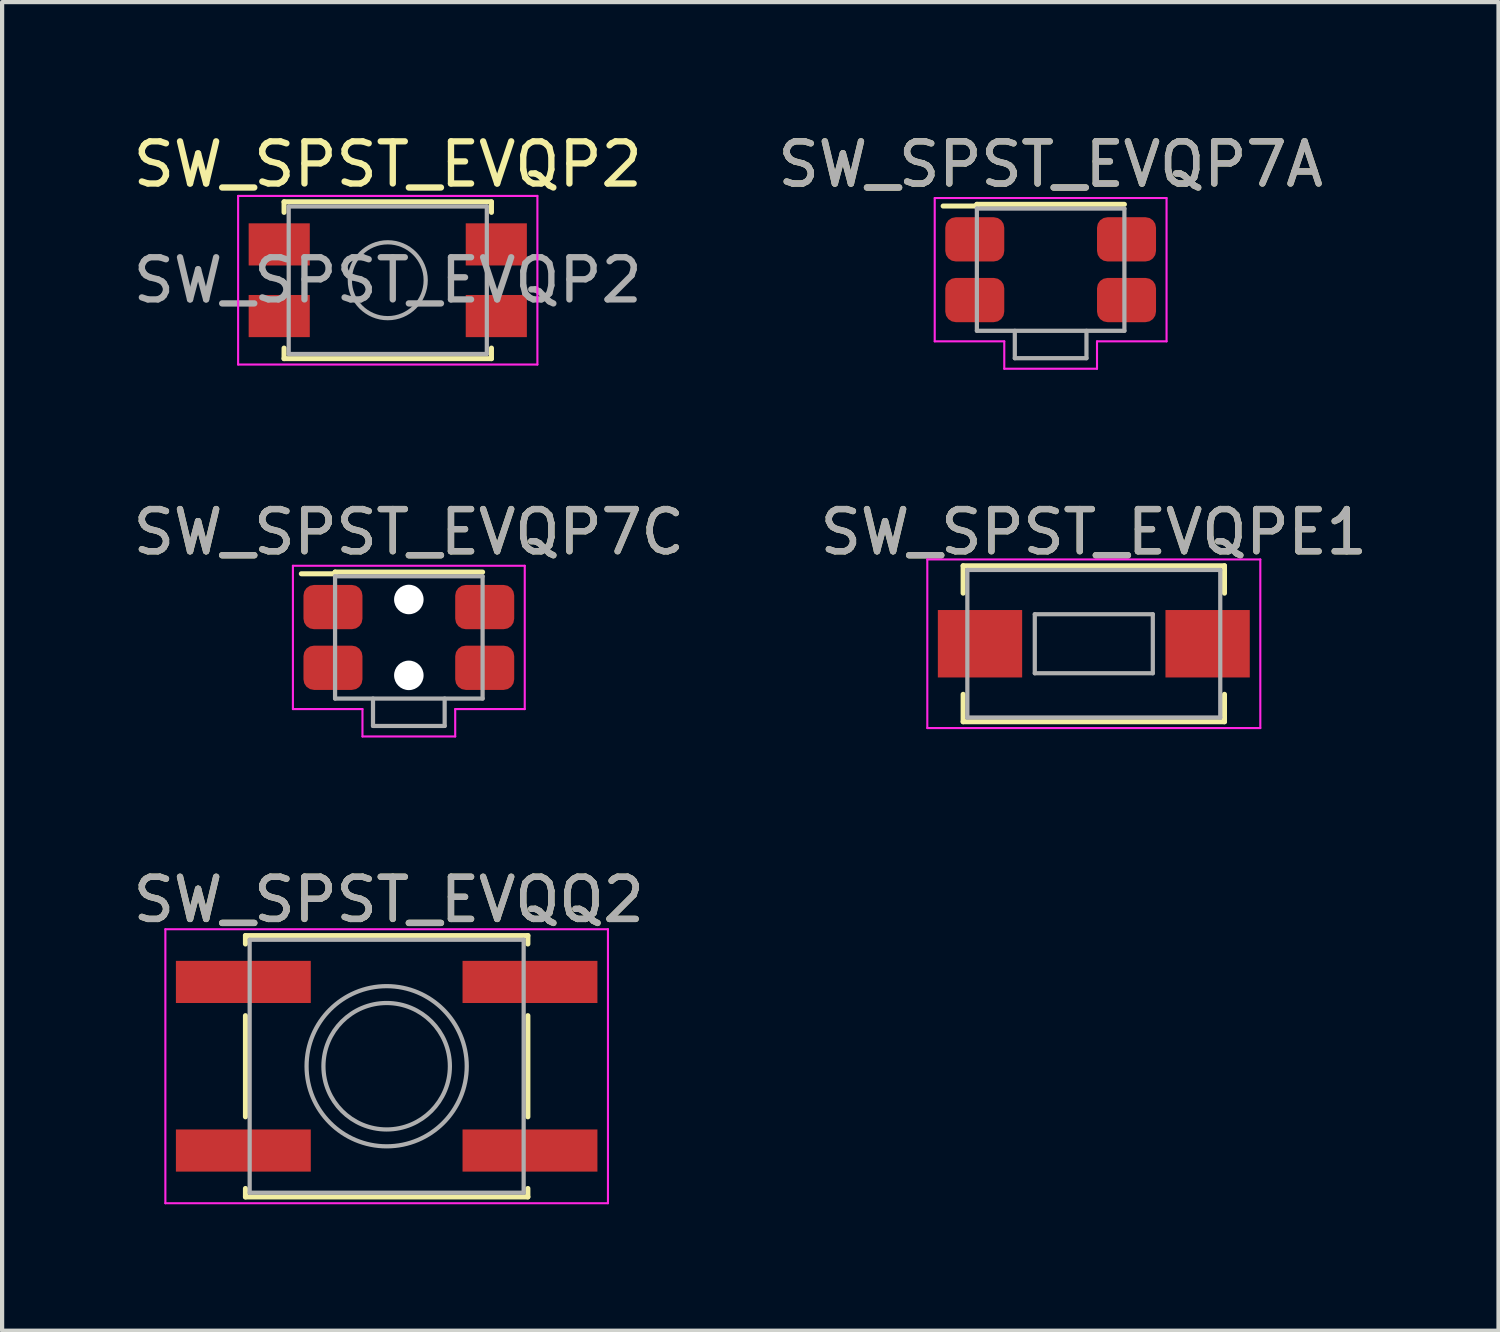
<source format=kicad_pcb>
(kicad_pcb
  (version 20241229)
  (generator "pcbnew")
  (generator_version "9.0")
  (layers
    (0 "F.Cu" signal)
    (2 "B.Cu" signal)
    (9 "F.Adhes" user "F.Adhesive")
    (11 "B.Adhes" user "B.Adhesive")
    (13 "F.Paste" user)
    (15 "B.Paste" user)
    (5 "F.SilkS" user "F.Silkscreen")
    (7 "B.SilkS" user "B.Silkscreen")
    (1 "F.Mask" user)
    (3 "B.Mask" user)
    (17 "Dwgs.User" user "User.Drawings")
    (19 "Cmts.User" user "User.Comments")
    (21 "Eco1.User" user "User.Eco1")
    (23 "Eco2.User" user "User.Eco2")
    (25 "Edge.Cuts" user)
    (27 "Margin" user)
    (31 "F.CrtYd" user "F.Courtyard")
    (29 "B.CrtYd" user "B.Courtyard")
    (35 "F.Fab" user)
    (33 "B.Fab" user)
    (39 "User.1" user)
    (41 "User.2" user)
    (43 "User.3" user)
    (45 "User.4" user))
  (footprint "SW_SPST_EVQQ2"
    (layer "F.Cu")
    (at 6.123 22.245)
    (property "Reference" "SW_SPST_EVQQ2" (at 0.05 -3.95 0) (layer "F.SilkS") (effects (font (size 1 1) (thickness 0.15))))
    (attr smd)
    (fp_line (start -3.35 -3.1) (end -3.35 -2.9) (stroke (width 0.12) (type solid)) (layer "F.SilkS"))
    (fp_line (start -3.35 -1.2) (end -3.35 1.2) (stroke (width 0.12) (type solid)) (layer "F.SilkS"))
    (fp_line (start -3.35 3.1) (end -3.35 2.9) (stroke (width 0.12) (type solid)) (layer "F.SilkS"))
    (fp_line (start -3.35 3.1) (end 3.35 3.1) (stroke (width 0.12) (type solid)) (layer "F.SilkS"))
    (fp_line (start 3.35 -3.1) (end -3.35 -3.1) (stroke (width 0.12) (type solid)) (layer "F.SilkS"))
    (fp_line (start 3.35 -3.1) (end 3.35 -2.9) (stroke (width 0.12) (type solid)) (layer "F.SilkS"))
    (fp_line (start 3.35 -1.2) (end 3.35 1.2) (stroke (width 0.12) (type solid)) (layer "F.SilkS"))
    (fp_line (start 3.35 3.1) (end 3.35 2.9) (stroke (width 0.12) (type solid)) (layer "F.SilkS"))
    (fp_line (start -5.25 -3.25) (end 5.25 -3.25) (stroke (width 0.05) (type solid)) (layer "F.CrtYd"))
    (fp_line (start -5.25 3.25) (end -5.25 -3.25) (stroke (width 0.05) (type solid)) (layer "F.CrtYd"))
    (fp_line (start 5.25 -3.25) (end 5.25 3.25) (stroke (width 0.05) (type solid)) (layer "F.CrtYd"))
    (fp_line (start 5.25 3.25) (end -5.25 3.25) (stroke (width 0.05) (type solid)) (layer "F.CrtYd"))
    (fp_line (start -3.25 -3) (end 3.25 -3) (stroke (width 0.1) (type solid)) (layer "F.Fab"))
    (fp_line (start -3.25 3) (end -3.25 -3) (stroke (width 0.1) (type solid)) (layer "F.Fab"))
    (fp_line (start 3.25 -3) (end 3.25 3) (stroke (width 0.1) (type solid)) (layer "F.Fab"))
    (fp_line (start 3.25 3) (end -3.25 3) (stroke (width 0.1) (type solid)) (layer "F.Fab"))
    (fp_circle (center 0 0) (end 1.5 0) (stroke (width 0.1) (type solid)) (fill no) (layer "F.Fab"))
    (fp_circle (center 0 0) (end 1.9 0) (stroke (width 0.1) (type solid)) (fill no) (layer "F.Fab"))
    (fp_text user "${REFERENCE}" (at 0.05 -3.95 0) (layer "F.Fab") (effects (font (size 1 1) (thickness 0.15))))
    (pad "1" smd rect (at -3.4 -2) (size 3.2 1) (layers "F.Cu" "F.Mask" "F.Paste"))
    (pad "1" smd rect (at 3.4 -2) (size 3.2 1) (layers "F.Cu" "F.Mask" "F.Paste"))
    (pad "2" smd rect (at -3.4 2) (size 3.2 1) (layers "F.Cu" "F.Mask" "F.Paste"))
    (pad "2" smd rect (at 3.4 2) (size 3.2 1) (layers "F.Cu" "F.Mask" "F.Paste")))
  (footprint "SW_SPST_EVQP7C"
    (layer "F.Cu")
    (at 6.649 12.072)
    (property "Reference" "SW_SPST_EVQP7C" (at 0 -2.5 0) (layer "F.SilkS") (effects (font (size 1 1) (thickness 0.15))))
    (attr smd)
    (fp_line (start -2.55 -1.51) (end -1.75 -1.51) (stroke (width 0.12) (type default)) (layer "F.SilkS"))
    (fp_line (start -1.75 -1.55) (end -1.75 -1.51) (stroke (width 0.12) (type default)) (layer "F.SilkS"))
    (fp_line (start -1.75 -1.55) (end 1.75 -1.55) (stroke (width 0.12) (type solid)) (layer "F.SilkS"))
    (fp_line (start -2.75 -1.7) (end 2.75 -1.7) (stroke (width 0.05) (type solid)) (layer "F.CrtYd"))
    (fp_line (start -2.75 1.7) (end -2.75 -1.7) (stroke (width 0.05) (type solid)) (layer "F.CrtYd"))
    (fp_line (start -1.1 1.7) (end -2.75 1.7) (stroke (width 0.05) (type solid)) (layer "F.CrtYd"))
    (fp_line (start -1.1 2.35) (end -1.1 1.7) (stroke (width 0.05) (type solid)) (layer "F.CrtYd"))
    (fp_line (start 1.1 1.7) (end 1.1 2.35) (stroke (width 0.05) (type solid)) (layer "F.CrtYd"))
    (fp_line (start 1.1 2.35) (end -1.1 2.35) (stroke (width 0.05) (type solid)) (layer "F.CrtYd"))
    (fp_line (start 2.75 -1.7) (end 2.75 1.7) (stroke (width 0.05) (type solid)) (layer "F.CrtYd"))
    (fp_line (start 2.75 1.7) (end 1.1 1.7) (stroke (width 0.05) (type solid)) (layer "F.CrtYd"))
    (fp_line (start -1.75 -1.45) (end 1.75 -1.45) (stroke (width 0.1) (type solid)) (layer "F.Fab"))
    (fp_line (start -1.75 1.45) (end -1.75 -1.45) (stroke (width 0.1) (type solid)) (layer "F.Fab"))
    (fp_line (start -0.85 2.1) (end -0.85 1.45) (stroke (width 0.1) (type solid)) (layer "F.Fab"))
    (fp_line (start -0.85 2.1) (end 0.85 2.1) (stroke (width 0.1) (type solid)) (layer "F.Fab"))
    (fp_line (start 0.85 2.1) (end 0.85 1.45) (stroke (width 0.1) (type solid)) (layer "F.Fab"))
    (fp_line (start 1.75 -1.45) (end 1.75 1.45) (stroke (width 0.1) (type solid)) (layer "F.Fab"))
    (fp_line (start 1.75 1.45) (end -1.75 1.45) (stroke (width 0.1) (type solid)) (layer "F.Fab"))
    (fp_text user "${REFERENCE}" (at 0 -2.5 0) (layer "F.Fab") (effects (font (size 1 1) (thickness 0.15))))
    (pad "" np_thru_hole circle (at 0 -0.9) (size 0.7 0.7) (drill 0.7) (layers "*.Cu" "*.Mask"))
    (pad "" np_thru_hole circle (at 0 0.9) (size 0.7 0.7) (drill 0.7) (layers "*.Cu" "*.Mask"))
    (pad "1" smd roundrect (at -1.8 -0.72) (size 1.4 1.05) (layers "F.Cu" "F.Mask" "F.Paste") (roundrect_rratio 0.238))
    (pad "1" smd roundrect (at 1.8 -0.72) (size 1.4 1.05) (layers "F.Cu" "F.Mask" "F.Paste") (roundrect_rratio 0.238))
    (pad "2" smd roundrect (at -1.8 0.72) (size 1.4 1.05) (layers "F.Cu" "F.Mask" "F.Paste") (roundrect_rratio 0.238))
    (pad "2" smd roundrect (at 1.8 0.72) (size 1.4 1.05) (layers "F.Cu" "F.Mask" "F.Paste") (roundrect_rratio 0.238)))
  (footprint "SW_SPST_EVQP7A"
    (layer "F.Cu")
    (at 21.875 3.348)
    (property "Reference" "SW_SPST_EVQP7A" (at 0 -2.5 0) (layer "F.SilkS") (effects (font (size 1 1) (thickness 0.15))))
    (attr smd)
    (fp_line (start -2.55 -1.51) (end -1.75 -1.51) (stroke (width 0.12) (type default)) (layer "F.SilkS"))
    (fp_line (start -1.75 -1.55) (end -1.75 -1.51) (stroke (width 0.12) (type default)) (layer "F.SilkS"))
    (fp_line (start -1.75 -1.55) (end 1.75 -1.55) (stroke (width 0.12) (type solid)) (layer "F.SilkS"))
    (fp_line (start -2.75 -1.7) (end 2.75 -1.7) (stroke (width 0.05) (type solid)) (layer "F.CrtYd"))
    (fp_line (start -2.75 1.7) (end -2.75 -1.7) (stroke (width 0.05) (type solid)) (layer "F.CrtYd"))
    (fp_line (start -1.1 1.7) (end -2.75 1.7) (stroke (width 0.05) (type solid)) (layer "F.CrtYd"))
    (fp_line (start -1.1 2.35) (end -1.1 1.7) (stroke (width 0.05) (type solid)) (layer "F.CrtYd"))
    (fp_line (start 1.1 1.7) (end 1.1 2.35) (stroke (width 0.05) (type solid)) (layer "F.CrtYd"))
    (fp_line (start 1.1 2.35) (end -1.1 2.35) (stroke (width 0.05) (type solid)) (layer "F.CrtYd"))
    (fp_line (start 2.75 -1.7) (end 2.75 1.7) (stroke (width 0.05) (type solid)) (layer "F.CrtYd"))
    (fp_line (start 2.75 1.7) (end 1.1 1.7) (stroke (width 0.05) (type solid)) (layer "F.CrtYd"))
    (fp_line (start -1.75 -1.45) (end 1.75 -1.45) (stroke (width 0.1) (type solid)) (layer "F.Fab"))
    (fp_line (start -1.75 1.45) (end -1.75 -1.45) (stroke (width 0.1) (type solid)) (layer "F.Fab"))
    (fp_line (start -0.85 2.1) (end -0.85 1.45) (stroke (width 0.1) (type solid)) (layer "F.Fab"))
    (fp_line (start -0.85 2.1) (end 0.85 2.1) (stroke (width 0.1) (type solid)) (layer "F.Fab"))
    (fp_line (start 0.85 2.1) (end 0.85 1.45) (stroke (width 0.1) (type solid)) (layer "F.Fab"))
    (fp_line (start 1.75 -1.45) (end 1.75 1.45) (stroke (width 0.1) (type solid)) (layer "F.Fab"))
    (fp_line (start 1.75 1.45) (end -1.75 1.45) (stroke (width 0.1) (type solid)) (layer "F.Fab"))
    (fp_text user "${REFERENCE}" (at 0 -2.5 0) (layer "F.Fab") (effects (font (size 1 1) (thickness 0.15))))
    (pad "1" smd roundrect (at -1.8 -0.72) (size 1.4 1.05) (layers "F.Cu" "F.Mask" "F.Paste") (roundrect_rratio 0.238))
    (pad "1" smd roundrect (at 1.8 -0.72) (size 1.4 1.05) (layers "F.Cu" "F.Mask" "F.Paste") (roundrect_rratio 0.238))
    (pad "2" smd roundrect (at -1.8 0.72) (size 1.4 1.05) (layers "F.Cu" "F.Mask" "F.Paste") (roundrect_rratio 0.238))
    (pad "2" smd roundrect (at 1.8 0.72) (size 1.4 1.05) (layers "F.Cu" "F.Mask" "F.Paste") (roundrect_rratio 0.238)))
  (footprint "SW_SPST_EVQP2"
    (layer "F.Cu")
    (at 6.149 3.598)
    (property "Reference" "SW_SPST_EVQP2" (at 0 -2.75 0) (layer "F.SilkS") (effects (font (size 1 1) (thickness 0.15))))
    (attr smd)
    (fp_line (start -2.46 -1.86) (end -2.46 -1.61) (stroke (width 0.12) (type solid)) (layer "F.SilkS"))
    (fp_line (start -2.46 1.61) (end -2.46 1.86) (stroke (width 0.12) (type solid)) (layer "F.SilkS"))
    (fp_line (start -2.46 1.86) (end 2.46 1.86) (stroke (width 0.12) (type solid)) (layer "F.SilkS"))
    (fp_line (start 2.46 -1.86) (end -2.46 -1.86) (stroke (width 0.12) (type solid)) (layer "F.SilkS"))
    (fp_line (start 2.46 -1.86) (end 2.46 -1.61) (stroke (width 0.12) (type solid)) (layer "F.SilkS"))
    (fp_line (start 2.46 1.61) (end 2.46 1.86) (stroke (width 0.12) (type solid)) (layer "F.SilkS"))
    (fp_line (start -3.55 -2) (end 3.55 -2) (stroke (width 0.05) (type solid)) (layer "F.CrtYd"))
    (fp_line (start -3.55 2) (end -3.55 -2) (stroke (width 0.05) (type solid)) (layer "F.CrtYd"))
    (fp_line (start 3.55 -2) (end 3.55 2) (stroke (width 0.05) (type solid)) (layer "F.CrtYd"))
    (fp_line (start 3.55 2) (end -3.55 2) (stroke (width 0.05) (type solid)) (layer "F.CrtYd"))
    (fp_line (start -2.35 -1.75) (end 2.35 -1.75) (stroke (width 0.1) (type solid)) (layer "F.Fab"))
    (fp_line (start -2.35 1.75) (end -2.35 -1.75) (stroke (width 0.1) (type solid)) (layer "F.Fab"))
    (fp_line (start 2.35 -1.75) (end 2.35 1.75) (stroke (width 0.1) (type solid)) (layer "F.Fab"))
    (fp_line (start 2.35 1.75) (end -2.35 1.75) (stroke (width 0.1) (type solid)) (layer "F.Fab"))
    (fp_circle (center 0 0) (end 0.9 0) (stroke (width 0.1) (type solid)) (fill no) (layer "F.Fab"))
    (fp_text user "${REFERENCE}" (at 0 0 0) (layer "F.Fab") (effects (font (size 1 1) (thickness 0.15))))
    (pad "1" smd rect (at -2.575 -0.85) (size 1.45 1) (layers "F.Cu" "F.Mask" "F.Paste"))
    (pad "1" smd rect (at 2.575 -0.85) (size 1.45 1) (layers "F.Cu" "F.Mask" "F.Paste"))
    (pad "2" smd rect (at -2.575 0.85) (size 1.45 1) (layers "F.Cu" "F.Mask" "F.Paste"))
    (pad "2" smd rect (at 2.575 0.85) (size 1.45 1) (layers "F.Cu" "F.Mask" "F.Paste")))
  (footprint "SW_SPST_EVQPE1"
    (layer "F.Cu")
    (at 22.899 12.222)
    (property "Reference" "SW_SPST_EVQPE1" (at 0 -2.65 0) (layer "F.SilkS") (effects (font (size 1 1) (thickness 0.15))))
    (attr smd)
    (fp_line (start -3.1 -1.85) (end -3.1 -1.2) (stroke (width 0.12) (type solid)) (layer "F.SilkS"))
    (fp_line (start -3.1 1.2) (end -3.1 1.85) (stroke (width 0.12) (type solid)) (layer "F.SilkS"))
    (fp_line (start -3.1 1.85) (end 3.1 1.85) (stroke (width 0.12) (type solid)) (layer "F.SilkS"))
    (fp_line (start 3.1 -1.85) (end -3.1 -1.85) (stroke (width 0.12) (type solid)) (layer "F.SilkS"))
    (fp_line (start 3.1 -1.85) (end 3.1 -1.2) (stroke (width 0.12) (type solid)) (layer "F.SilkS"))
    (fp_line (start 3.1 1.85) (end 3.1 1.2) (stroke (width 0.12) (type solid)) (layer "F.SilkS"))
    (fp_line (start -3.95 -2) (end 3.95 -2) (stroke (width 0.05) (type solid)) (layer "F.CrtYd"))
    (fp_line (start -3.95 2) (end -3.95 -2) (stroke (width 0.05) (type solid)) (layer "F.CrtYd"))
    (fp_line (start 3.95 -2) (end 3.95 2) (stroke (width 0.05) (type solid)) (layer "F.CrtYd"))
    (fp_line (start 3.95 2) (end -3.95 2) (stroke (width 0.05) (type solid)) (layer "F.CrtYd"))
    (fp_line (start -3 -1.75) (end 3 -1.75) (stroke (width 0.1) (type solid)) (layer "F.Fab"))
    (fp_line (start -3 1.75) (end -3 -1.75) (stroke (width 0.1) (type solid)) (layer "F.Fab"))
    (fp_line (start -1.4 -0.7) (end 1.4 -0.7) (stroke (width 0.1) (type solid)) (layer "F.Fab"))
    (fp_line (start -1.4 0.7) (end -1.4 -0.7) (stroke (width 0.1) (type solid)) (layer "F.Fab"))
    (fp_line (start 1.4 -0.7) (end 1.4 0.7) (stroke (width 0.1) (type solid)) (layer "F.Fab"))
    (fp_line (start 1.4 0.7) (end -1.4 0.7) (stroke (width 0.1) (type solid)) (layer "F.Fab"))
    (fp_line (start 3 -1.75) (end 3 1.75) (stroke (width 0.1) (type solid)) (layer "F.Fab"))
    (fp_line (start 3 1.75) (end -3 1.75) (stroke (width 0.1) (type solid)) (layer "F.Fab"))
    (fp_text user "${REFERENCE}" (at 0 -2.65 0) (layer "F.Fab") (effects (font (size 1 1) (thickness 0.15))))
    (pad "1" smd rect (at -2.7 0) (size 2 1.6) (layers "F.Cu" "F.Mask" "F.Paste"))
    (pad "2" smd rect (at 2.7 0) (size 2 1.6) (layers "F.Cu" "F.Mask" "F.Paste")))
  (gr_rect
    (start -3 -3)
    (end 32.5 28.52)
    (stroke (width 0.1) (type default))
    (fill no)
    (layer "Edge.Cuts")))
</source>
